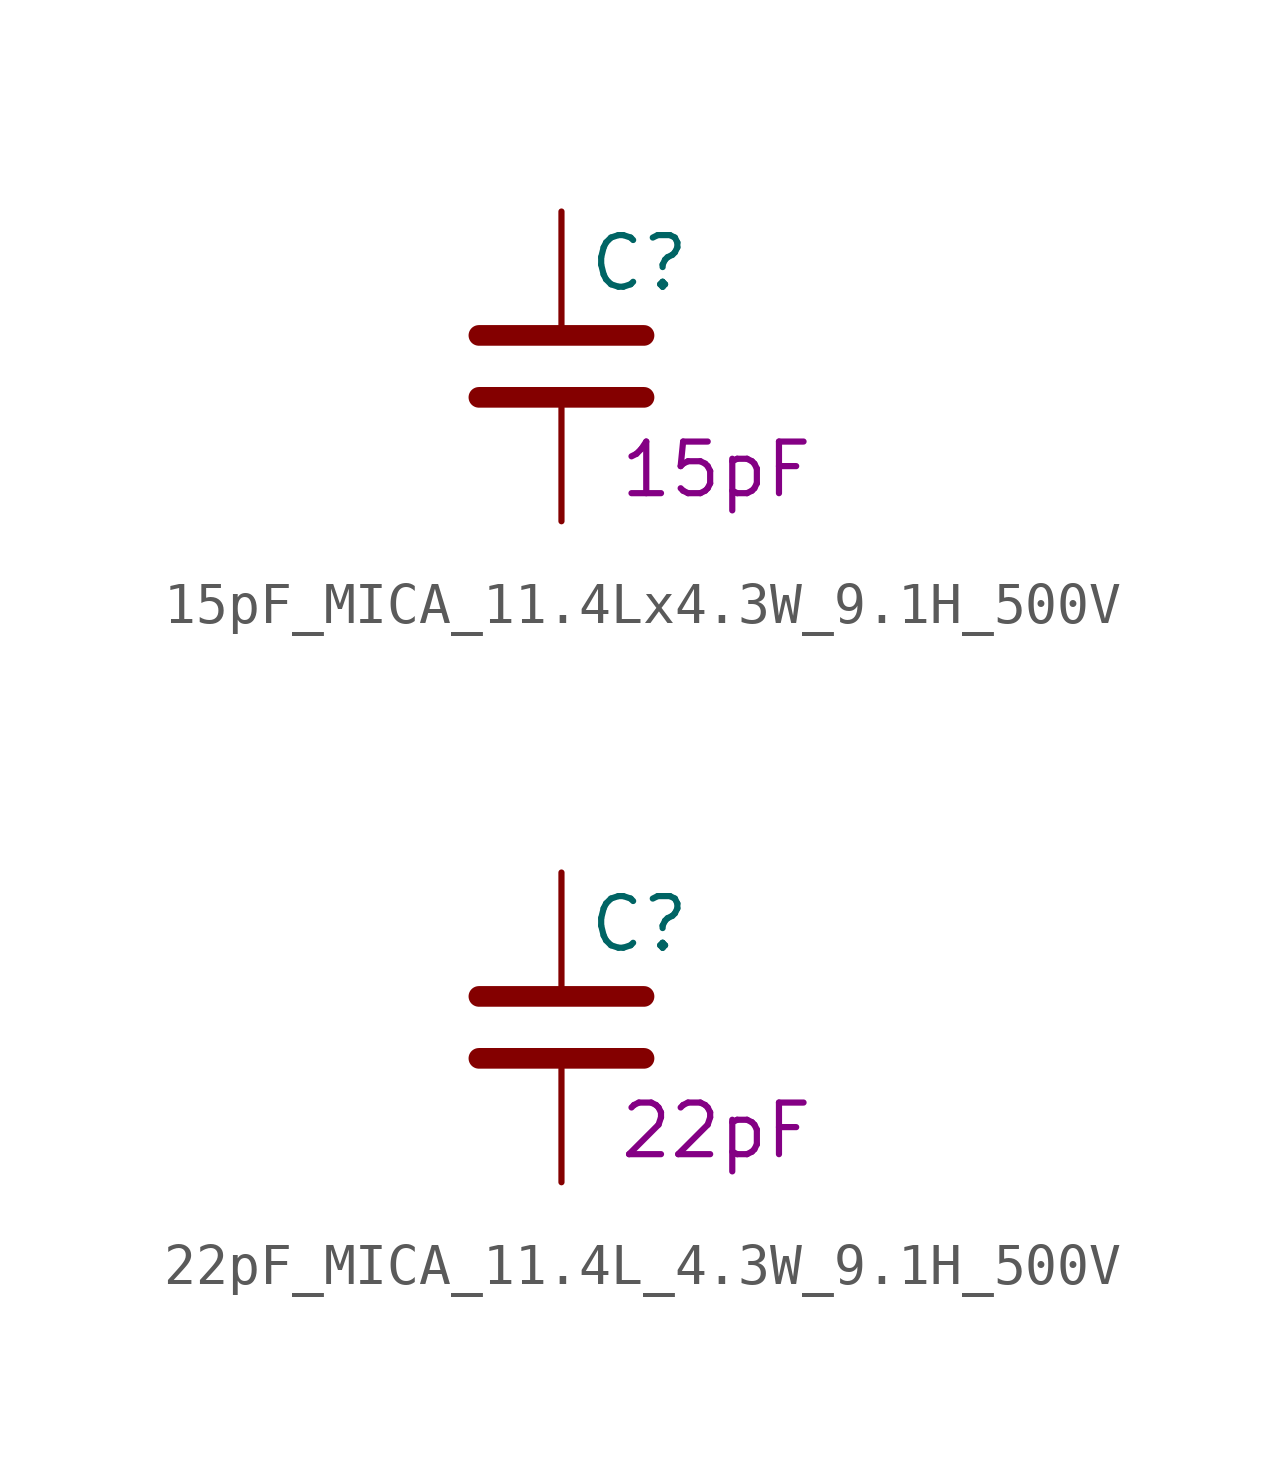
<source format=kicad_sym>
(kicad_symbol_lib
  (version 20211014)
  (generator kicad_symbol_editor)
  (symbol "15pF_MICA_11.4Lx4.3W_9.1H_500V"
    (pin_numbers hide)
    (pin_names
      (offset 0.254))
    (property "Reference" "C"
      (at 0.635 2.54 0)
      (effects (font (size 1.27 1.27)) (justify left)))
    (property "Capacitance" "15pF"
      (at 3.81 -2.54 0)
      (effects (font (size 1.27 1.27))))
    (symbol "15pF_MICA_11.4Lx4.3W_9.1H_500V_0_1"
      (polyline (pts (xy -2.032 -0.762) (xy 2.032 -0.762)) (stroke (width 0.508) (type default) (color 0 0 0 0)) (fill (type none)))
      (polyline (pts (xy -2.032 0.762) (xy 2.032 0.762)) (stroke (width 0.508) (type default) (color 0 0 0 0)) (fill (type none))))
    (symbol "15pF_MICA_11.4Lx4.3W_9.1H_500V_1_1"
      (pin passive line (at 0 3.81 270) (length 2.794) (name "~" (effects (font (size 1.27 1.27)))) (number "1" (effects (font (size 1.27 1.27)))))
      (pin passive line (at 0 -3.81 90) (length 2.794) (name "~" (effects (font (size 1.27 1.27)))) (number "2" (effects (font (size 1.27 1.27)))))))
  (symbol "22pF_MICA_11.4L_4.3W_9.1H_500V"
    (pin_numbers hide)
    (pin_names
      (offset 0.254))
    (property "Reference" "C"
      (at 0.635 2.54 0)
      (effects (font (size 1.27 1.27)) (justify left)))
    (property "Capacitance" "22pF"
      (at 3.81 -2.54 0)
      (effects (font (size 1.27 1.27))))
    (symbol "22pF_MICA_11.4L_4.3W_9.1H_500V_0_1"
      (polyline (pts (xy -2.032 -0.762) (xy 2.032 -0.762)) (stroke (width 0.508) (type default) (color 0 0 0 0)) (fill (type none)))
      (polyline (pts (xy -2.032 0.762) (xy 2.032 0.762)) (stroke (width 0.508) (type default) (color 0 0 0 0)) (fill (type none))))
    (symbol "22pF_MICA_11.4L_4.3W_9.1H_500V_1_1"
      (pin passive line (at 0 3.81 270) (length 2.794) (name "~" (effects (font (size 1.27 1.27)))) (number "1" (effects (font (size 1.27 1.27)))))
      (pin passive line (at 0 -3.81 90) (length 2.794) (name "~" (effects (font (size 1.27 1.27)))) (number "2" (effects (font (size 1.27 1.27))))))))
</source>
